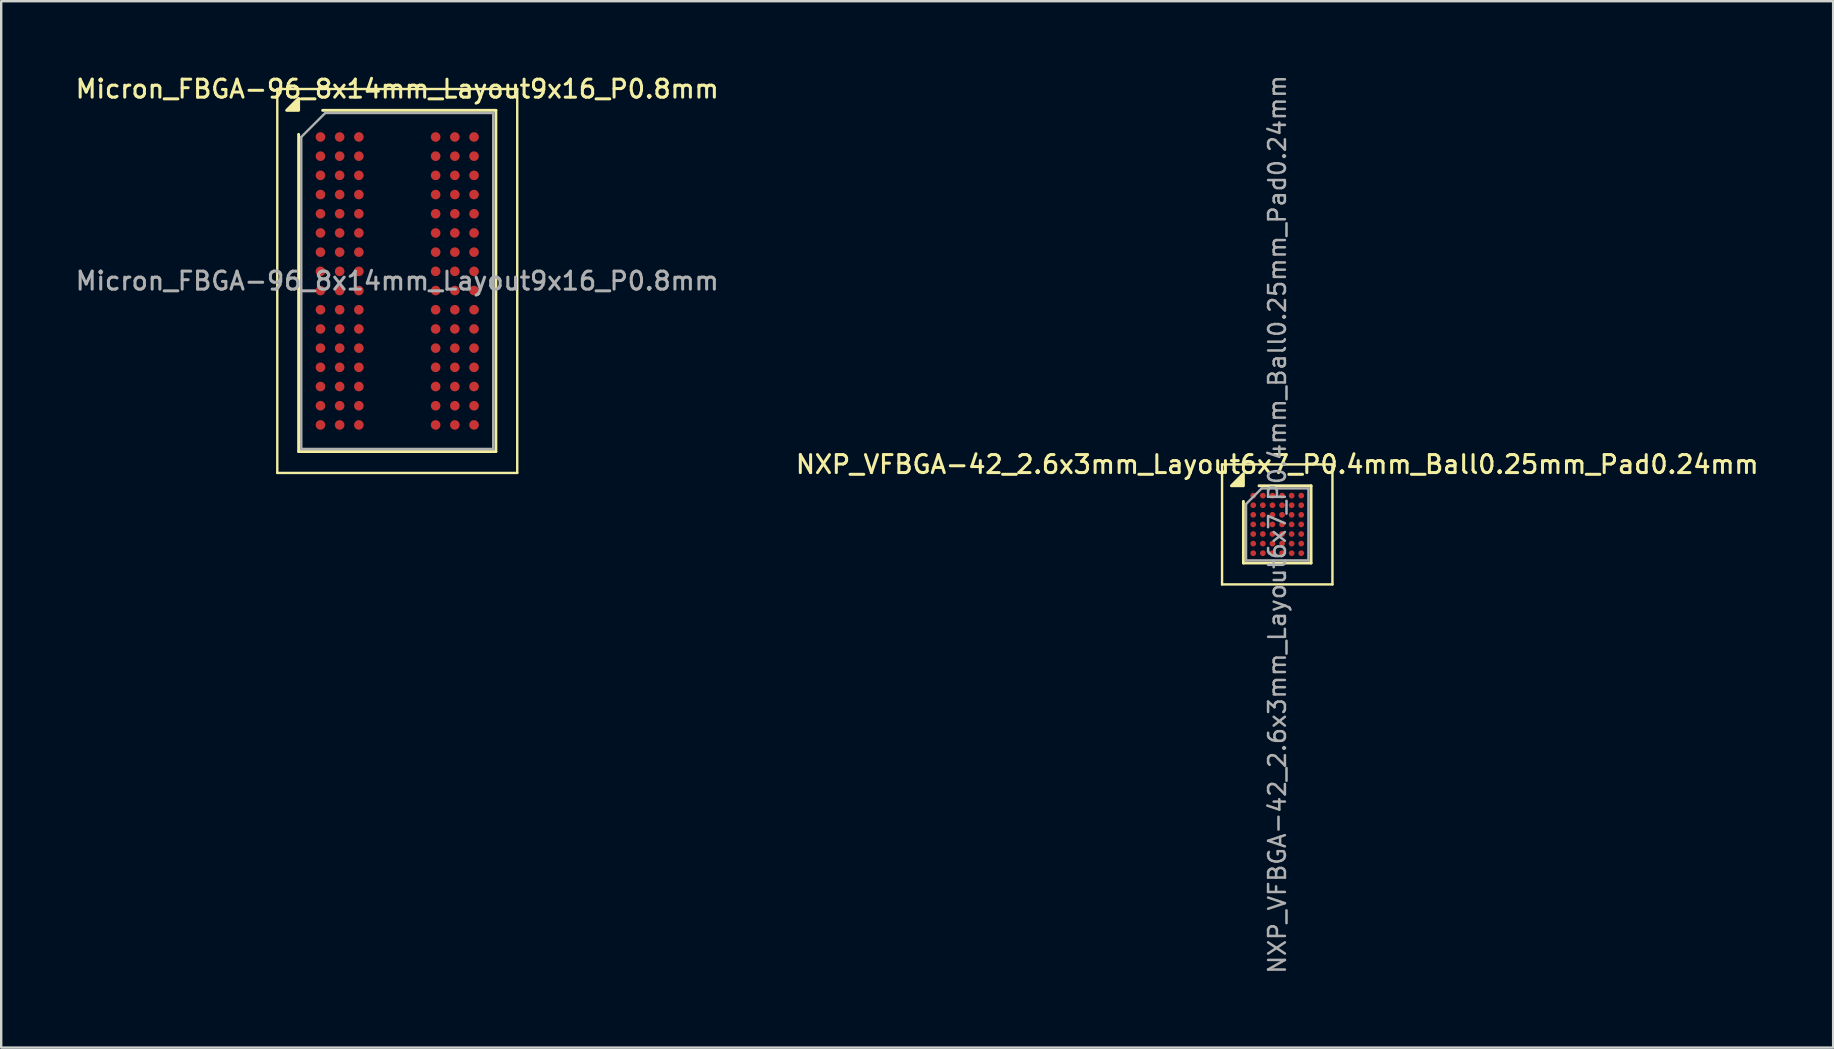
<source format=kicad_pcb>
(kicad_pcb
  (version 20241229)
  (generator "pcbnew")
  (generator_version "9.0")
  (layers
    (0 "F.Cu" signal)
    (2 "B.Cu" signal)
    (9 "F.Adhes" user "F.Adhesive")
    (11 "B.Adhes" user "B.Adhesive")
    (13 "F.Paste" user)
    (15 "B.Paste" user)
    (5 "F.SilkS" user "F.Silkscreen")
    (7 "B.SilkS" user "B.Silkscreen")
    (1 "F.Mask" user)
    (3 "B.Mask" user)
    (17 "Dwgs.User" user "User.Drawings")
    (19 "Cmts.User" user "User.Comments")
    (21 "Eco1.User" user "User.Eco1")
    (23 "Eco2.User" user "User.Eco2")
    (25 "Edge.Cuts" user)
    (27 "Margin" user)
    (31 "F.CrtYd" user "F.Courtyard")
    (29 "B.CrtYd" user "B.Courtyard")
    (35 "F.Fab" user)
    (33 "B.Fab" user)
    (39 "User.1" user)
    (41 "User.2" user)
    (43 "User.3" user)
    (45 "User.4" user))
  (footprint "NXP_VFBGA-42_2.6x3mm_Layout6x7_P0.4mm_Ball0.25mm_Pad0.24mm"
    (layer "F.Cu")
    (at 50.177 18.804)
    (property "Reference" "NXP_VFBGA-42_2.6x3mm_Layout6x7_P0.4mm_Ball0.25mm_Pad0.24mm" (at 0 -2.5 0) (layer "F.SilkS") (effects (font (size 0.75 0.75) (thickness 0.125))))
    (attr smd)
    (fp_line (start -2.3 -2.5) (end -2.3 2.5) (stroke (width 0.1) (type solid)) (layer "F.SilkS"))
    (fp_line (start -2.3 2.5) (end 2.3 2.5) (stroke (width 0.1) (type solid)) (layer "F.SilkS"))
    (fp_line (start -1.41 1.61) (end -1.41 -0.96) (stroke (width 0.12) (type solid)) (layer "F.SilkS"))
    (fp_line (start -0.76 -1.61) (end 1.41 -1.61) (stroke (width 0.12) (type solid)) (layer "F.SilkS"))
    (fp_line (start 1.41 -1.61) (end 1.41 1.61) (stroke (width 0.12) (type solid)) (layer "F.SilkS"))
    (fp_line (start 1.41 1.61) (end -1.41 1.61) (stroke (width 0.12) (type solid)) (layer "F.SilkS"))
    (fp_line (start 2.3 -2.5) (end -2.3 -2.5) (stroke (width 0.1) (type solid)) (layer "F.SilkS"))
    (fp_line (start 2.3 2.5) (end 2.3 -2.5) (stroke (width 0.1) (type solid)) (layer "F.SilkS"))
    (fp_poly (pts (xy -1.41 -1.61) (xy -1.91 -1.61) (xy -1.41 -2.11) (xy -1.41 -1.61)) (stroke (width 0.12) (type solid)) (fill yes) (layer "F.SilkS"))
    (fp_line (start -1.3 -0.85) (end -0.65 -1.5) (stroke (width 0.1) (type solid)) (layer "F.Fab"))
    (fp_line (start -1.3 1.5) (end -1.3 -0.85) (stroke (width 0.1) (type solid)) (layer "F.Fab"))
    (fp_line (start -0.65 -1.5) (end 1.3 -1.5) (stroke (width 0.1) (type solid)) (layer "F.Fab"))
    (fp_line (start 1.3 -1.5) (end 1.3 1.5) (stroke (width 0.1) (type solid)) (layer "F.Fab"))
    (fp_line (start 1.3 1.5) (end -1.3 1.5) (stroke (width 0.1) (type solid)) (layer "F.Fab"))
    (fp_text user "${REFERENCE}" (at 0 0 270) (layer "F.Fab") (effects (font (size 0.7 0.7) (thickness 0.105))))
    (pad "A1" smd circle (at -1 -1.2) (size 0.24 0.24) (property pad_prop_bga) (layers "F.Cu" "F.Mask" "F.Paste"))
    (pad "A2" smd circle (at -0.6 -1.2) (size 0.24 0.24) (property pad_prop_bga) (layers "F.Cu" "F.Mask" "F.Paste"))
    (pad "A3" smd circle (at -0.2 -1.2) (size 0.24 0.24) (property pad_prop_bga) (layers "F.Cu" "F.Mask" "F.Paste"))
    (pad "A4" smd circle (at 0.2 -1.2) (size 0.24 0.24) (property pad_prop_bga) (layers "F.Cu" "F.Mask" "F.Paste"))
    (pad "A5" smd circle (at 0.6 -1.2) (size 0.24 0.24) (property pad_prop_bga) (layers "F.Cu" "F.Mask" "F.Paste"))
    (pad "A6" smd circle (at 1 -1.2) (size 0.24 0.24) (property pad_prop_bga) (layers "F.Cu" "F.Mask" "F.Paste"))
    (pad "B1" smd circle (at -1 -0.8) (size 0.24 0.24) (property pad_prop_bga) (layers "F.Cu" "F.Mask" "F.Paste"))
    (pad "B2" smd circle (at -0.6 -0.8) (size 0.24 0.24) (property pad_prop_bga) (layers "F.Cu" "F.Mask" "F.Paste"))
    (pad "B3" smd circle (at -0.2 -0.8) (size 0.24 0.24) (property pad_prop_bga) (layers "F.Cu" "F.Mask" "F.Paste"))
    (pad "B4" smd circle (at 0.2 -0.8) (size 0.24 0.24) (property pad_prop_bga) (layers "F.Cu" "F.Mask" "F.Paste"))
    (pad "B5" smd circle (at 0.6 -0.8) (size 0.24 0.24) (property pad_prop_bga) (layers "F.Cu" "F.Mask" "F.Paste"))
    (pad "B6" smd circle (at 1 -0.8) (size 0.24 0.24) (property pad_prop_bga) (layers "F.Cu" "F.Mask" "F.Paste"))
    (pad "C1" smd circle (at -1 -0.4) (size 0.24 0.24) (property pad_prop_bga) (layers "F.Cu" "F.Mask" "F.Paste"))
    (pad "C2" smd circle (at -0.6 -0.4) (size 0.24 0.24) (property pad_prop_bga) (layers "F.Cu" "F.Mask" "F.Paste"))
    (pad "C3" smd circle (at -0.2 -0.4) (size 0.24 0.24) (property pad_prop_bga) (layers "F.Cu" "F.Mask" "F.Paste"))
    (pad "C4" smd circle (at 0.2 -0.4) (size 0.24 0.24) (property pad_prop_bga) (layers "F.Cu" "F.Mask" "F.Paste"))
    (pad "C5" smd circle (at 0.6 -0.4) (size 0.24 0.24) (property pad_prop_bga) (layers "F.Cu" "F.Mask" "F.Paste"))
    (pad "C6" smd circle (at 1 -0.4) (size 0.24 0.24) (property pad_prop_bga) (layers "F.Cu" "F.Mask" "F.Paste"))
    (pad "D1" smd circle (at -1 0) (size 0.24 0.24) (property pad_prop_bga) (layers "F.Cu" "F.Mask" "F.Paste"))
    (pad "D2" smd circle (at -0.6 0) (size 0.24 0.24) (property pad_prop_bga) (layers "F.Cu" "F.Mask" "F.Paste"))
    (pad "D3" smd circle (at -0.2 0) (size 0.24 0.24) (property pad_prop_bga) (layers "F.Cu" "F.Mask" "F.Paste"))
    (pad "D4" smd circle (at 0.2 0) (size 0.24 0.24) (property pad_prop_bga) (layers "F.Cu" "F.Mask" "F.Paste"))
    (pad "D5" smd circle (at 0.6 0) (size 0.24 0.24) (property pad_prop_bga) (layers "F.Cu" "F.Mask" "F.Paste"))
    (pad "D6" smd circle (at 1 0) (size 0.24 0.24) (property pad_prop_bga) (layers "F.Cu" "F.Mask" "F.Paste"))
    (pad "E1" smd circle (at -1 0.4) (size 0.24 0.24) (property pad_prop_bga) (layers "F.Cu" "F.Mask" "F.Paste"))
    (pad "E2" smd circle (at -0.6 0.4) (size 0.24 0.24) (property pad_prop_bga) (layers "F.Cu" "F.Mask" "F.Paste"))
    (pad "E3" smd circle (at -0.2 0.4) (size 0.24 0.24) (property pad_prop_bga) (layers "F.Cu" "F.Mask" "F.Paste"))
    (pad "E4" smd circle (at 0.2 0.4) (size 0.24 0.24) (property pad_prop_bga) (layers "F.Cu" "F.Mask" "F.Paste"))
    (pad "E5" smd circle (at 0.6 0.4) (size 0.24 0.24) (property pad_prop_bga) (layers "F.Cu" "F.Mask" "F.Paste"))
    (pad "E6" smd circle (at 1 0.4) (size 0.24 0.24) (property pad_prop_bga) (layers "F.Cu" "F.Mask" "F.Paste"))
    (pad "F1" smd circle (at -1 0.8) (size 0.24 0.24) (property pad_prop_bga) (layers "F.Cu" "F.Mask" "F.Paste"))
    (pad "F2" smd circle (at -0.6 0.8) (size 0.24 0.24) (property pad_prop_bga) (layers "F.Cu" "F.Mask" "F.Paste"))
    (pad "F3" smd circle (at -0.2 0.8) (size 0.24 0.24) (property pad_prop_bga) (layers "F.Cu" "F.Mask" "F.Paste"))
    (pad "F4" smd circle (at 0.2 0.8) (size 0.24 0.24) (property pad_prop_bga) (layers "F.Cu" "F.Mask" "F.Paste"))
    (pad "F5" smd circle (at 0.6 0.8) (size 0.24 0.24) (property pad_prop_bga) (layers "F.Cu" "F.Mask" "F.Paste"))
    (pad "F6" smd circle (at 1 0.8) (size 0.24 0.24) (property pad_prop_bga) (layers "F.Cu" "F.Mask" "F.Paste"))
    (pad "G1" smd circle (at -1 1.2) (size 0.24 0.24) (property pad_prop_bga) (layers "F.Cu" "F.Mask" "F.Paste"))
    (pad "G2" smd circle (at -0.6 1.2) (size 0.24 0.24) (property pad_prop_bga) (layers "F.Cu" "F.Mask" "F.Paste"))
    (pad "G3" smd circle (at -0.2 1.2) (size 0.24 0.24) (property pad_prop_bga) (layers "F.Cu" "F.Mask" "F.Paste"))
    (pad "G4" smd circle (at 0.2 1.2) (size 0.24 0.24) (property pad_prop_bga) (layers "F.Cu" "F.Mask" "F.Paste"))
    (pad "G5" smd circle (at 0.6 1.2) (size 0.24 0.24) (property pad_prop_bga) (layers "F.Cu" "F.Mask" "F.Paste"))
    (pad "G6" smd circle (at 1 1.2) (size 0.24 0.24) (property pad_prop_bga) (layers "F.Cu" "F.Mask" "F.Paste")))
  (footprint "Micron_FBGA-96_8x14mm_Layout9x16_P0.8mm"
    (layer "F.Cu")
    (at 13.505 8.658)
    (property "Reference" "Micron_FBGA-96_8x14mm_Layout9x16_P0.8mm" (at 0 -8 0) (layer "F.SilkS") (effects (font (size 0.75 0.75) (thickness 0.125))))
    (attr smd)
    (fp_line (start -5 -8) (end -5 8) (stroke (width 0.1) (type solid)) (layer "F.SilkS"))
    (fp_line (start -5 8) (end 5 8) (stroke (width 0.1) (type solid)) (layer "F.SilkS"))
    (fp_line (start -4.11 7.11) (end -4.11 -6.11) (stroke (width 0.12) (type solid)) (layer "F.SilkS"))
    (fp_line (start -3.11 -7.11) (end 4.11 -7.11) (stroke (width 0.12) (type solid)) (layer "F.SilkS"))
    (fp_line (start 4.11 -7.11) (end 4.11 7.11) (stroke (width 0.12) (type solid)) (layer "F.SilkS"))
    (fp_line (start 4.11 7.11) (end -4.11 7.11) (stroke (width 0.12) (type solid)) (layer "F.SilkS"))
    (fp_line (start 5 -8) (end -5 -8) (stroke (width 0.1) (type solid)) (layer "F.SilkS"))
    (fp_line (start 5 8) (end 5 -8) (stroke (width 0.1) (type solid)) (layer "F.SilkS"))
    (fp_poly (pts (xy -4.11 -7.11) (xy -4.61 -7.11) (xy -4.11 -7.61) (xy -4.11 -7.11)) (stroke (width 0.12) (type solid)) (fill yes) (layer "F.SilkS"))
    (fp_line (start -4 -6) (end -3 -7) (stroke (width 0.1) (type solid)) (layer "F.Fab"))
    (fp_line (start -4 7) (end -4 -6) (stroke (width 0.1) (type solid)) (layer "F.Fab"))
    (fp_line (start -3 -7) (end 4 -7) (stroke (width 0.1) (type solid)) (layer "F.Fab"))
    (fp_line (start 4 -7) (end 4 7) (stroke (width 0.1) (type solid)) (layer "F.Fab"))
    (fp_line (start 4 7) (end -4 7) (stroke (width 0.1) (type solid)) (layer "F.Fab"))
    (fp_text user "${REFERENCE}" (at 0 0 0) (layer "F.Fab") (effects (font (size 0.75 0.75) (thickness 0.125))))
    (pad "A1" smd circle (at -3.2 -6) (size 0.4 0.4) (property pad_prop_bga) (layers "F.Cu" "F.Mask" "F.Paste"))
    (pad "A2" smd circle (at -2.4 -6) (size 0.4 0.4) (property pad_prop_bga) (layers "F.Cu" "F.Mask" "F.Paste"))
    (pad "A3" smd circle (at -1.6 -6) (size 0.4 0.4) (property pad_prop_bga) (layers "F.Cu" "F.Mask" "F.Paste"))
    (pad "A7" smd circle (at 1.6 -6) (size 0.4 0.4) (property pad_prop_bga) (layers "F.Cu" "F.Mask" "F.Paste"))
    (pad "A8" smd circle (at 2.4 -6) (size 0.4 0.4) (property pad_prop_bga) (layers "F.Cu" "F.Mask" "F.Paste"))
    (pad "A9" smd circle (at 3.2 -6) (size 0.4 0.4) (property pad_prop_bga) (layers "F.Cu" "F.Mask" "F.Paste"))
    (pad "B1" smd circle (at -3.2 -5.2) (size 0.4 0.4) (property pad_prop_bga) (layers "F.Cu" "F.Mask" "F.Paste"))
    (pad "B2" smd circle (at -2.4 -5.2) (size 0.4 0.4) (property pad_prop_bga) (layers "F.Cu" "F.Mask" "F.Paste"))
    (pad "B3" smd circle (at -1.6 -5.2) (size 0.4 0.4) (property pad_prop_bga) (layers "F.Cu" "F.Mask" "F.Paste"))
    (pad "B7" smd circle (at 1.6 -5.2) (size 0.4 0.4) (property pad_prop_bga) (layers "F.Cu" "F.Mask" "F.Paste"))
    (pad "B8" smd circle (at 2.4 -5.2) (size 0.4 0.4) (property pad_prop_bga) (layers "F.Cu" "F.Mask" "F.Paste"))
    (pad "B9" smd circle (at 3.2 -5.2) (size 0.4 0.4) (property pad_prop_bga) (layers "F.Cu" "F.Mask" "F.Paste"))
    (pad "C1" smd circle (at -3.2 -4.4) (size 0.4 0.4) (property pad_prop_bga) (layers "F.Cu" "F.Mask" "F.Paste"))
    (pad "C2" smd circle (at -2.4 -4.4) (size 0.4 0.4) (property pad_prop_bga) (layers "F.Cu" "F.Mask" "F.Paste"))
    (pad "C3" smd circle (at -1.6 -4.4) (size 0.4 0.4) (property pad_prop_bga) (layers "F.Cu" "F.Mask" "F.Paste"))
    (pad "C7" smd circle (at 1.6 -4.4) (size 0.4 0.4) (property pad_prop_bga) (layers "F.Cu" "F.Mask" "F.Paste"))
    (pad "C8" smd circle (at 2.4 -4.4) (size 0.4 0.4) (property pad_prop_bga) (layers "F.Cu" "F.Mask" "F.Paste"))
    (pad "C9" smd circle (at 3.2 -4.4) (size 0.4 0.4) (property pad_prop_bga) (layers "F.Cu" "F.Mask" "F.Paste"))
    (pad "D1" smd circle (at -3.2 -3.6) (size 0.4 0.4) (property pad_prop_bga) (layers "F.Cu" "F.Mask" "F.Paste"))
    (pad "D2" smd circle (at -2.4 -3.6) (size 0.4 0.4) (property pad_prop_bga) (layers "F.Cu" "F.Mask" "F.Paste"))
    (pad "D3" smd circle (at -1.6 -3.6) (size 0.4 0.4) (property pad_prop_bga) (layers "F.Cu" "F.Mask" "F.Paste"))
    (pad "D7" smd circle (at 1.6 -3.6) (size 0.4 0.4) (property pad_prop_bga) (layers "F.Cu" "F.Mask" "F.Paste"))
    (pad "D8" smd circle (at 2.4 -3.6) (size 0.4 0.4) (property pad_prop_bga) (layers "F.Cu" "F.Mask" "F.Paste"))
    (pad "D9" smd circle (at 3.2 -3.6) (size 0.4 0.4) (property pad_prop_bga) (layers "F.Cu" "F.Mask" "F.Paste"))
    (pad "E1" smd circle (at -3.2 -2.8) (size 0.4 0.4) (property pad_prop_bga) (layers "F.Cu" "F.Mask" "F.Paste"))
    (pad "E2" smd circle (at -2.4 -2.8) (size 0.4 0.4) (property pad_prop_bga) (layers "F.Cu" "F.Mask" "F.Paste"))
    (pad "E3" smd circle (at -1.6 -2.8) (size 0.4 0.4) (property pad_prop_bga) (layers "F.Cu" "F.Mask" "F.Paste"))
    (pad "E7" smd circle (at 1.6 -2.8) (size 0.4 0.4) (property pad_prop_bga) (layers "F.Cu" "F.Mask" "F.Paste"))
    (pad "E8" smd circle (at 2.4 -2.8) (size 0.4 0.4) (property pad_prop_bga) (layers "F.Cu" "F.Mask" "F.Paste"))
    (pad "E9" smd circle (at 3.2 -2.8) (size 0.4 0.4) (property pad_prop_bga) (layers "F.Cu" "F.Mask" "F.Paste"))
    (pad "F1" smd circle (at -3.2 -2) (size 0.4 0.4) (property pad_prop_bga) (layers "F.Cu" "F.Mask" "F.Paste"))
    (pad "F2" smd circle (at -2.4 -2) (size 0.4 0.4) (property pad_prop_bga) (layers "F.Cu" "F.Mask" "F.Paste"))
    (pad "F3" smd circle (at -1.6 -2) (size 0.4 0.4) (property pad_prop_bga) (layers "F.Cu" "F.Mask" "F.Paste"))
    (pad "F7" smd circle (at 1.6 -2) (size 0.4 0.4) (property pad_prop_bga) (layers "F.Cu" "F.Mask" "F.Paste"))
    (pad "F8" smd circle (at 2.4 -2) (size 0.4 0.4) (property pad_prop_bga) (layers "F.Cu" "F.Mask" "F.Paste"))
    (pad "F9" smd circle (at 3.2 -2) (size 0.4 0.4) (property pad_prop_bga) (layers "F.Cu" "F.Mask" "F.Paste"))
    (pad "G1" smd circle (at -3.2 -1.2) (size 0.4 0.4) (property pad_prop_bga) (layers "F.Cu" "F.Mask" "F.Paste"))
    (pad "G2" smd circle (at -2.4 -1.2) (size 0.4 0.4) (property pad_prop_bga) (layers "F.Cu" "F.Mask" "F.Paste"))
    (pad "G3" smd circle (at -1.6 -1.2) (size 0.4 0.4) (property pad_prop_bga) (layers "F.Cu" "F.Mask" "F.Paste"))
    (pad "G7" smd circle (at 1.6 -1.2) (size 0.4 0.4) (property pad_prop_bga) (layers "F.Cu" "F.Mask" "F.Paste"))
    (pad "G8" smd circle (at 2.4 -1.2) (size 0.4 0.4) (property pad_prop_bga) (layers "F.Cu" "F.Mask" "F.Paste"))
    (pad "G9" smd circle (at 3.2 -1.2) (size 0.4 0.4) (property pad_prop_bga) (layers "F.Cu" "F.Mask" "F.Paste"))
    (pad "H1" smd circle (at -3.2 -0.4) (size 0.4 0.4) (property pad_prop_bga) (layers "F.Cu" "F.Mask" "F.Paste"))
    (pad "H2" smd circle (at -2.4 -0.4) (size 0.4 0.4) (property pad_prop_bga) (layers "F.Cu" "F.Mask" "F.Paste"))
    (pad "H3" smd circle (at -1.6 -0.4) (size 0.4 0.4) (property pad_prop_bga) (layers "F.Cu" "F.Mask" "F.Paste"))
    (pad "H7" smd circle (at 1.6 -0.4) (size 0.4 0.4) (property pad_prop_bga) (layers "F.Cu" "F.Mask" "F.Paste"))
    (pad "H8" smd circle (at 2.4 -0.4) (size 0.4 0.4) (property pad_prop_bga) (layers "F.Cu" "F.Mask" "F.Paste"))
    (pad "H9" smd circle (at 3.2 -0.4) (size 0.4 0.4) (property pad_prop_bga) (layers "F.Cu" "F.Mask" "F.Paste"))
    (pad "J1" smd circle (at -3.2 0.4) (size 0.4 0.4) (property pad_prop_bga) (layers "F.Cu" "F.Mask" "F.Paste"))
    (pad "J2" smd circle (at -2.4 0.4) (size 0.4 0.4) (property pad_prop_bga) (layers "F.Cu" "F.Mask" "F.Paste"))
    (pad "J3" smd circle (at -1.6 0.4) (size 0.4 0.4) (property pad_prop_bga) (layers "F.Cu" "F.Mask" "F.Paste"))
    (pad "J7" smd circle (at 1.6 0.4) (size 0.4 0.4) (property pad_prop_bga) (layers "F.Cu" "F.Mask" "F.Paste"))
    (pad "J8" smd circle (at 2.4 0.4) (size 0.4 0.4) (property pad_prop_bga) (layers "F.Cu" "F.Mask" "F.Paste"))
    (pad "J9" smd circle (at 3.2 0.4) (size 0.4 0.4) (property pad_prop_bga) (layers "F.Cu" "F.Mask" "F.Paste"))
    (pad "K1" smd circle (at -3.2 1.2) (size 0.4 0.4) (property pad_prop_bga) (layers "F.Cu" "F.Mask" "F.Paste"))
    (pad "K2" smd circle (at -2.4 1.2) (size 0.4 0.4) (property pad_prop_bga) (layers "F.Cu" "F.Mask" "F.Paste"))
    (pad "K3" smd circle (at -1.6 1.2) (size 0.4 0.4) (property pad_prop_bga) (layers "F.Cu" "F.Mask" "F.Paste"))
    (pad "K7" smd circle (at 1.6 1.2) (size 0.4 0.4) (property pad_prop_bga) (layers "F.Cu" "F.Mask" "F.Paste"))
    (pad "K8" smd circle (at 2.4 1.2) (size 0.4 0.4) (property pad_prop_bga) (layers "F.Cu" "F.Mask" "F.Paste"))
    (pad "K9" smd circle (at 3.2 1.2) (size 0.4 0.4) (property pad_prop_bga) (layers "F.Cu" "F.Mask" "F.Paste"))
    (pad "L1" smd circle (at -3.2 2) (size 0.4 0.4) (property pad_prop_bga) (layers "F.Cu" "F.Mask" "F.Paste"))
    (pad "L2" smd circle (at -2.4 2) (size 0.4 0.4) (property pad_prop_bga) (layers "F.Cu" "F.Mask" "F.Paste"))
    (pad "L3" smd circle (at -1.6 2) (size 0.4 0.4) (property pad_prop_bga) (layers "F.Cu" "F.Mask" "F.Paste"))
    (pad "L7" smd circle (at 1.6 2) (size 0.4 0.4) (property pad_prop_bga) (layers "F.Cu" "F.Mask" "F.Paste"))
    (pad "L8" smd circle (at 2.4 2) (size 0.4 0.4) (property pad_prop_bga) (layers "F.Cu" "F.Mask" "F.Paste"))
    (pad "L9" smd circle (at 3.2 2) (size 0.4 0.4) (property pad_prop_bga) (layers "F.Cu" "F.Mask" "F.Paste"))
    (pad "M1" smd circle (at -3.2 2.8) (size 0.4 0.4) (property pad_prop_bga) (layers "F.Cu" "F.Mask" "F.Paste"))
    (pad "M2" smd circle (at -2.4 2.8) (size 0.4 0.4) (property pad_prop_bga) (layers "F.Cu" "F.Mask" "F.Paste"))
    (pad "M3" smd circle (at -1.6 2.8) (size 0.4 0.4) (property pad_prop_bga) (layers "F.Cu" "F.Mask" "F.Paste"))
    (pad "M7" smd circle (at 1.6 2.8) (size 0.4 0.4) (property pad_prop_bga) (layers "F.Cu" "F.Mask" "F.Paste"))
    (pad "M8" smd circle (at 2.4 2.8) (size 0.4 0.4) (property pad_prop_bga) (layers "F.Cu" "F.Mask" "F.Paste"))
    (pad "M9" smd circle (at 3.2 2.8) (size 0.4 0.4) (property pad_prop_bga) (layers "F.Cu" "F.Mask" "F.Paste"))
    (pad "N1" smd circle (at -3.2 3.6) (size 0.4 0.4) (property pad_prop_bga) (layers "F.Cu" "F.Mask" "F.Paste"))
    (pad "N2" smd circle (at -2.4 3.6) (size 0.4 0.4) (property pad_prop_bga) (layers "F.Cu" "F.Mask" "F.Paste"))
    (pad "N3" smd circle (at -1.6 3.6) (size 0.4 0.4) (property pad_prop_bga) (layers "F.Cu" "F.Mask" "F.Paste"))
    (pad "N7" smd circle (at 1.6 3.6) (size 0.4 0.4) (property pad_prop_bga) (layers "F.Cu" "F.Mask" "F.Paste"))
    (pad "N8" smd circle (at 2.4 3.6) (size 0.4 0.4) (property pad_prop_bga) (layers "F.Cu" "F.Mask" "F.Paste"))
    (pad "N9" smd circle (at 3.2 3.6) (size 0.4 0.4) (property pad_prop_bga) (layers "F.Cu" "F.Mask" "F.Paste"))
    (pad "P1" smd circle (at -3.2 4.4) (size 0.4 0.4) (property pad_prop_bga) (layers "F.Cu" "F.Mask" "F.Paste"))
    (pad "P2" smd circle (at -2.4 4.4) (size 0.4 0.4) (property pad_prop_bga) (layers "F.Cu" "F.Mask" "F.Paste"))
    (pad "P3" smd circle (at -1.6 4.4) (size 0.4 0.4) (property pad_prop_bga) (layers "F.Cu" "F.Mask" "F.Paste"))
    (pad "P7" smd circle (at 1.6 4.4) (size 0.4 0.4) (property pad_prop_bga) (layers "F.Cu" "F.Mask" "F.Paste"))
    (pad "P8" smd circle (at 2.4 4.4) (size 0.4 0.4) (property pad_prop_bga) (layers "F.Cu" "F.Mask" "F.Paste"))
    (pad "P9" smd circle (at 3.2 4.4) (size 0.4 0.4) (property pad_prop_bga) (layers "F.Cu" "F.Mask" "F.Paste"))
    (pad "R1" smd circle (at -3.2 5.2) (size 0.4 0.4) (property pad_prop_bga) (layers "F.Cu" "F.Mask" "F.Paste"))
    (pad "R2" smd circle (at -2.4 5.2) (size 0.4 0.4) (property pad_prop_bga) (layers "F.Cu" "F.Mask" "F.Paste"))
    (pad "R3" smd circle (at -1.6 5.2) (size 0.4 0.4) (property pad_prop_bga) (layers "F.Cu" "F.Mask" "F.Paste"))
    (pad "R7" smd circle (at 1.6 5.2) (size 0.4 0.4) (property pad_prop_bga) (layers "F.Cu" "F.Mask" "F.Paste"))
    (pad "R8" smd circle (at 2.4 5.2) (size 0.4 0.4) (property pad_prop_bga) (layers "F.Cu" "F.Mask" "F.Paste"))
    (pad "R9" smd circle (at 3.2 5.2) (size 0.4 0.4) (property pad_prop_bga) (layers "F.Cu" "F.Mask" "F.Paste"))
    (pad "T1" smd circle (at -3.2 6) (size 0.4 0.4) (property pad_prop_bga) (layers "F.Cu" "F.Mask" "F.Paste"))
    (pad "T2" smd circle (at -2.4 6) (size 0.4 0.4) (property pad_prop_bga) (layers "F.Cu" "F.Mask" "F.Paste"))
    (pad "T3" smd circle (at -1.6 6) (size 0.4 0.4) (property pad_prop_bga) (layers "F.Cu" "F.Mask" "F.Paste"))
    (pad "T7" smd circle (at 1.6 6) (size 0.4 0.4) (property pad_prop_bga) (layers "F.Cu" "F.Mask" "F.Paste"))
    (pad "T8" smd circle (at 2.4 6) (size 0.4 0.4) (property pad_prop_bga) (layers "F.Cu" "F.Mask" "F.Paste"))
    (pad "T9" smd circle (at 3.2 6) (size 0.4 0.4) (property pad_prop_bga) (layers "F.Cu" "F.Mask" "F.Paste")))
  (gr_rect
    (start -3 -3)
    (end 73.343 40.608)
    (stroke (width 0.1) (type default))
    (fill no)
    (layer "Edge.Cuts")))
</source>
